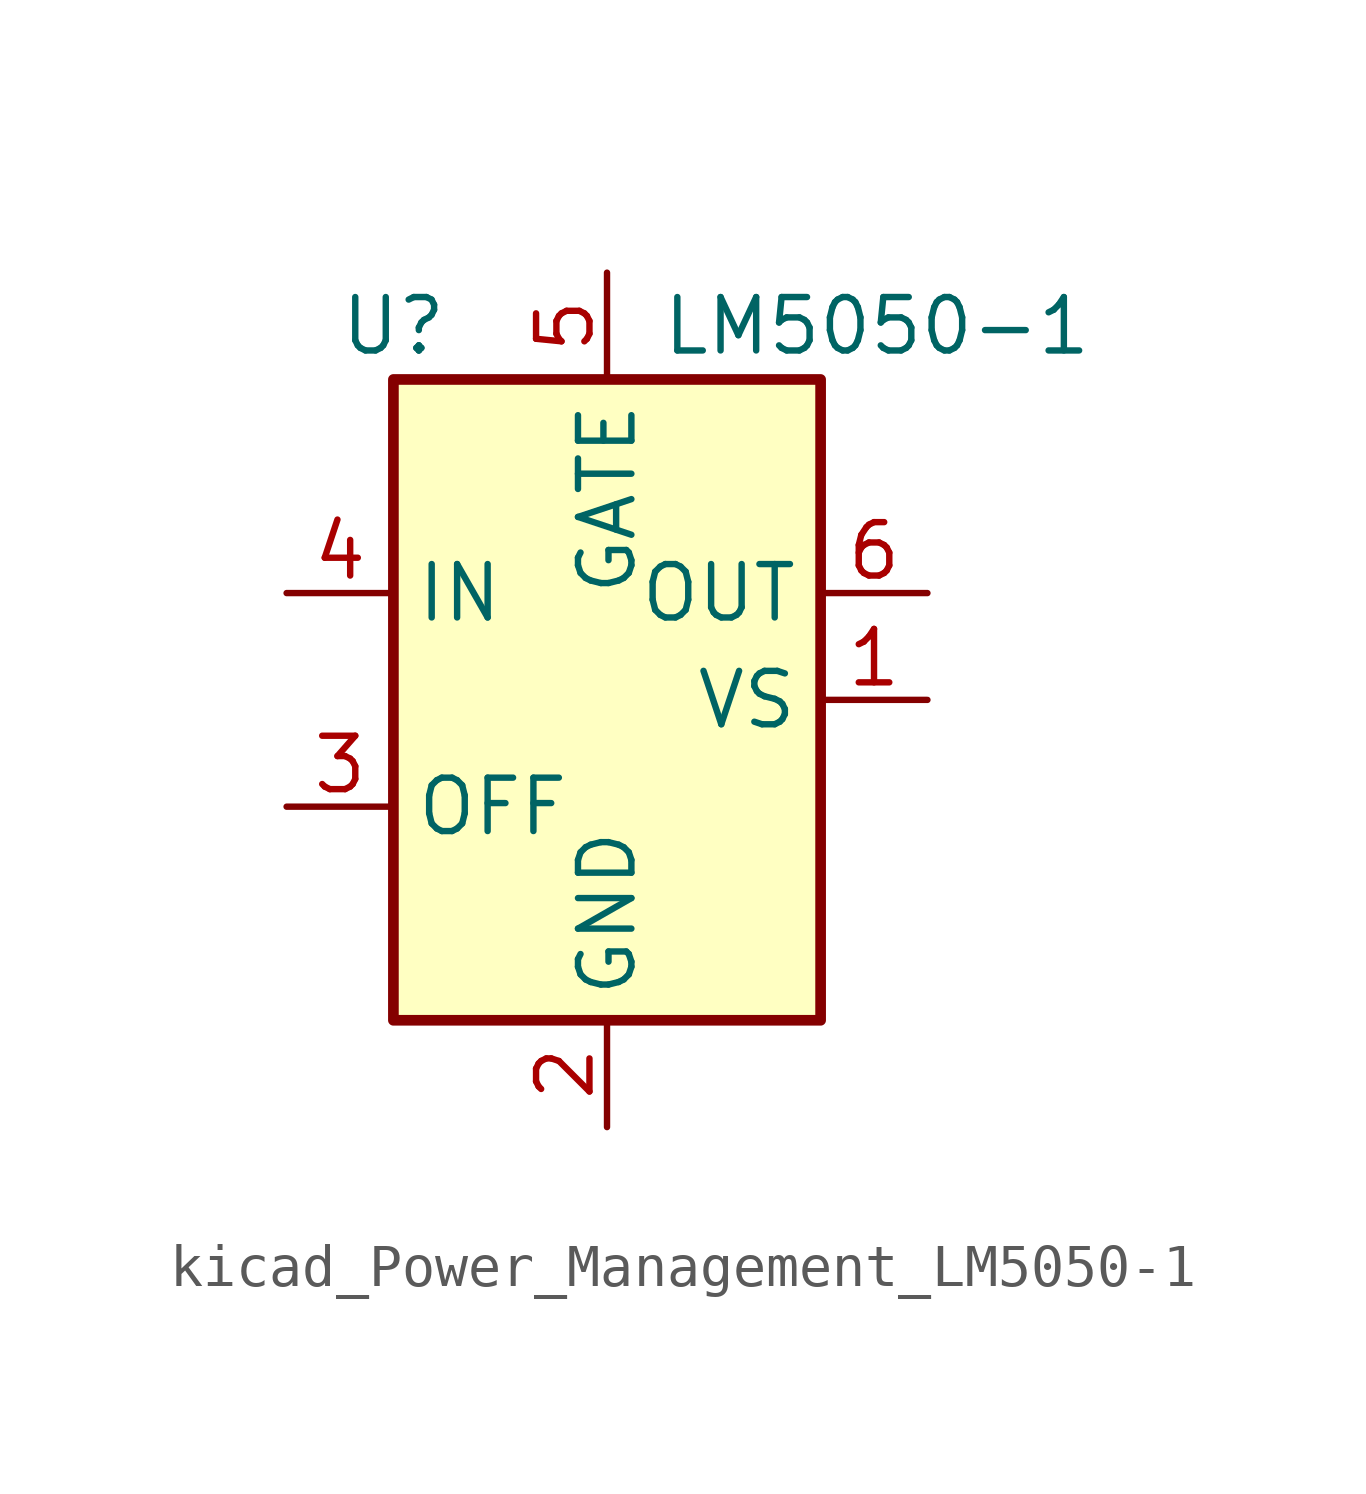
<source format=kicad_sym>
(kicad_symbol_lib
  (version 20220914)
  (generator kicad_symbol_editor)
  (symbol "kicad_Power_Management_LM5050-1"
    (property "Reference" "U"
      (at -5.08 8.89 0)
      (effects (font (size 1.27 1.27))))
    (property "Value" "LM5050-1"
      (at 1.27 8.89 0)
      (effects (font (size 1.27 1.27)) (justify left)))
    (symbol "kicad_Power_Management_LM5050-1_0_1"
      (rectangle (start -5.08 7.62) (end 5.08 -7.62) (stroke (width 0.254) (type default)) (fill (type background))))
    (symbol "kicad_Power_Management_LM5050-1_1_1"
      (pin passive line (at 7.62 0 180) (length 2.54) (name "VS" (effects (font (size 1.27 1.27)))) (number "1" (effects (font (size 1.27 1.27)))))
      (pin power_in line (at 0 -10.16 90) (length 2.54) (name "GND" (effects (font (size 1.27 1.27)))) (number "2" (effects (font (size 1.27 1.27)))))
      (pin input line (at -7.62 -2.54 0) (length 2.54) (name "OFF" (effects (font (size 1.27 1.27)))) (number "3" (effects (font (size 1.27 1.27)))))
      (pin input line (at -7.62 2.54 0) (length 2.54) (name "IN" (effects (font (size 1.27 1.27)))) (number "4" (effects (font (size 1.27 1.27)))))
      (pin output line (at 0 10.16 270) (length 2.54) (name "GATE" (effects (font (size 1.27 1.27)))) (number "5" (effects (font (size 1.27 1.27)))))
      (pin input line (at 7.62 2.54 180) (length 2.54) (name "OUT" (effects (font (size 1.27 1.27)))) (number "6" (effects (font (size 1.27 1.27))))))))
</source>
